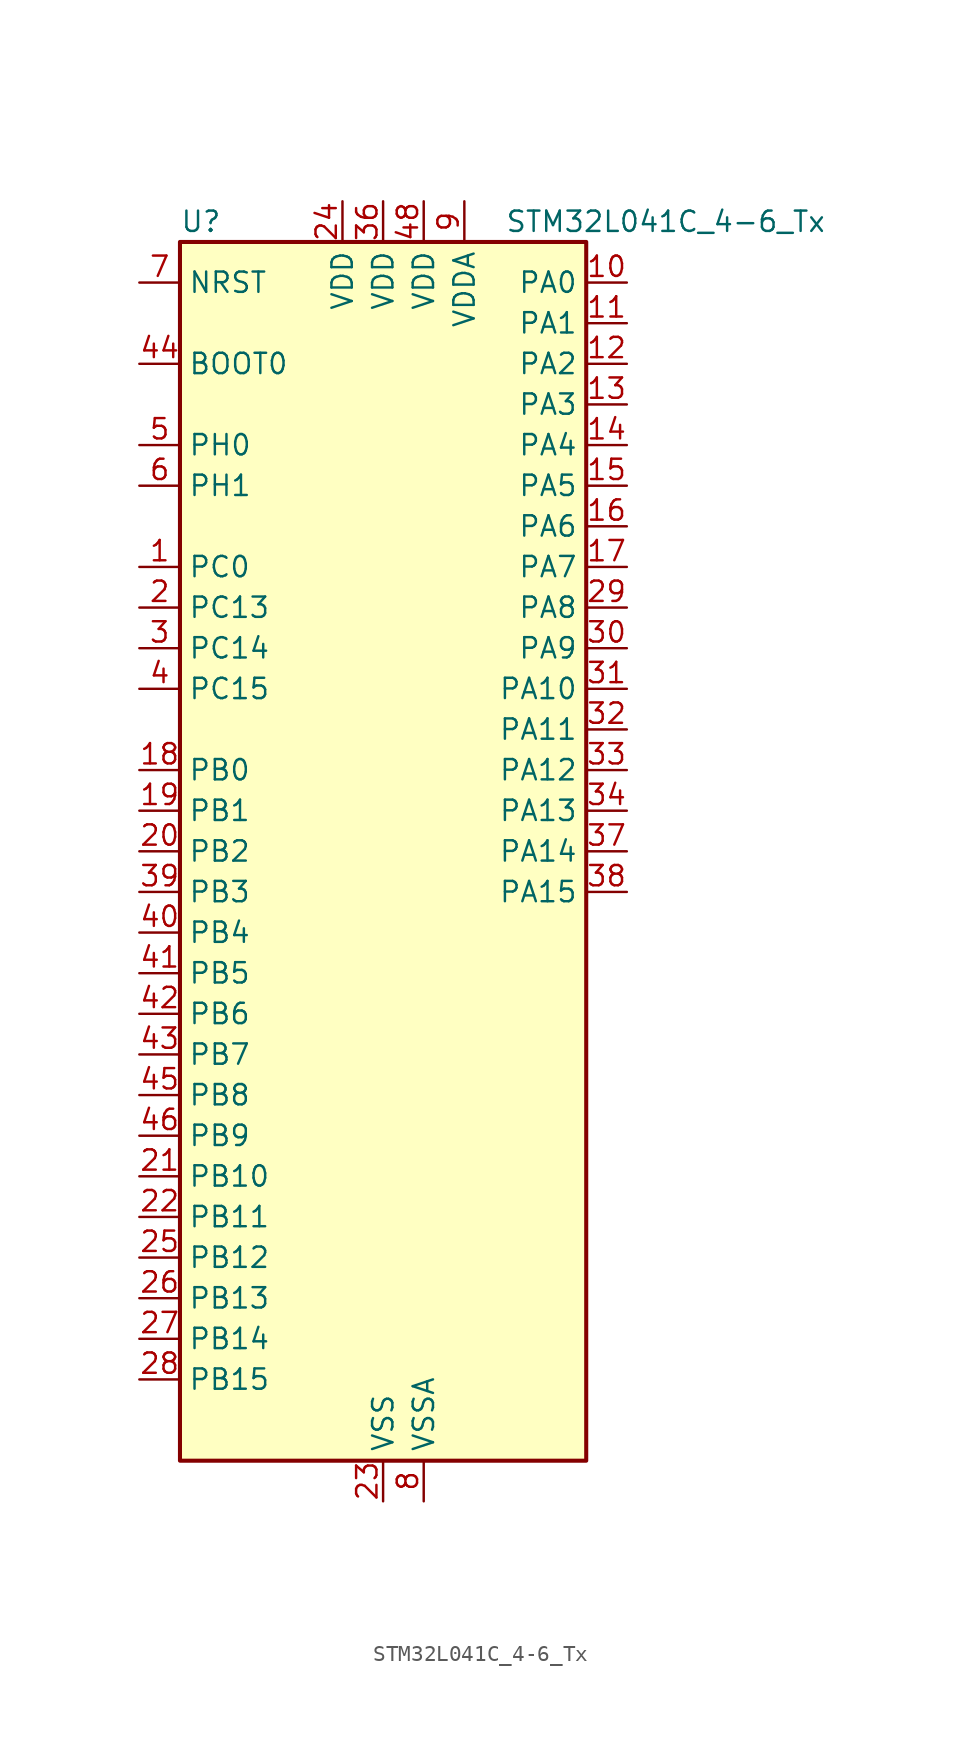
<source format=kicad_sym>
(kicad_symbol_lib
  (version 20231120)
  (generator "kicad_symbol_editor")
  (generator_version "8.0")
  (symbol "STM32L041C_4-6_Tx"
    (property "Reference" "U"
      (at -12.7 39.37 0)
      (effects (font (size 1.27 1.27)) (justify left)))
    (property "Value" "STM32L041C_4-6_Tx"
      (at 7.62 39.37 0)
      (effects (font (size 1.27 1.27)) (justify left)))
    (property "ki_locked" ""
      (at 0 0 0)
      (effects (font (size 1.27 1.27))))
    (symbol "STM32L041C_4-6_Tx_0_1"
      (rectangle (start -12.7 -38.1) (end 12.7 38.1) (stroke (width 0.254) (type default)) (fill (type background))))
    (symbol "STM32L041C_4-6_Tx_1_1"
      (pin bidirectional line (at -15.24 17.78 0) (length 2.54) (name "PC0" (effects (font (size 1.27 1.27)))) (number "1" (effects (font (size 1.27 1.27)))) (alternate "LPTIM1_IN1" bidirectional line) (alternate "LPUART1_RX" bidirectional line))
      (pin bidirectional line (at 15.24 35.56 180) (length 2.54) (name "PA0" (effects (font (size 1.27 1.27)))) (number "10" (effects (font (size 1.27 1.27)))) (alternate "ADC_IN0" bidirectional line) (alternate "COMP1_INM" bidirectional line) (alternate "COMP1_OUT" bidirectional line) (alternate "LPTIM1_IN1" bidirectional line) (alternate "RTC_TAMP2" bidirectional line) (alternate "SYS_WKUP1" bidirectional line) (alternate "TIM2_CH1" bidirectional line) (alternate "TIM2_ETR" bidirectional line) (alternate "USART2_CTS" bidirectional line))
      (pin bidirectional line (at 15.24 33.02 180) (length 2.54) (name "PA1" (effects (font (size 1.27 1.27)))) (number "11" (effects (font (size 1.27 1.27)))) (alternate "ADC_IN1" bidirectional line) (alternate "COMP1_INP" bidirectional line) (alternate "I2C1_SMBA" bidirectional line) (alternate "LPTIM1_IN2" bidirectional line) (alternate "TIM21_ETR" bidirectional line) (alternate "TIM2_CH2" bidirectional line) (alternate "USART2_DE" bidirectional line) (alternate "USART2_RTS" bidirectional line))
      (pin bidirectional line (at 15.24 30.48 180) (length 2.54) (name "PA2" (effects (font (size 1.27 1.27)))) (number "12" (effects (font (size 1.27 1.27)))) (alternate "ADC_IN2" bidirectional line) (alternate "COMP2_INM" bidirectional line) (alternate "COMP2_OUT" bidirectional line) (alternate "LPUART1_TX" bidirectional line) (alternate "RTC_OUT_ALARM" bidirectional line) (alternate "RTC_OUT_CALIB" bidirectional line) (alternate "RTC_TAMP3" bidirectional line) (alternate "RTC_TS" bidirectional line) (alternate "SYS_WKUP3" bidirectional line) (alternate "TIM21_CH1" bidirectional line) (alternate "TIM2_CH3" bidirectional line) (alternate "USART2_TX" bidirectional line))
      (pin bidirectional line (at 15.24 27.94 180) (length 2.54) (name "PA3" (effects (font (size 1.27 1.27)))) (number "13" (effects (font (size 1.27 1.27)))) (alternate "ADC_IN3" bidirectional line) (alternate "COMP2_INP" bidirectional line) (alternate "LPUART1_RX" bidirectional line) (alternate "TIM21_CH2" bidirectional line) (alternate "TIM2_CH4" bidirectional line) (alternate "USART2_RX" bidirectional line))
      (pin bidirectional line (at 15.24 25.4 180) (length 2.54) (name "PA4" (effects (font (size 1.27 1.27)))) (number "14" (effects (font (size 1.27 1.27)))) (alternate "ADC_IN4" bidirectional line) (alternate "COMP1_INM" bidirectional line) (alternate "COMP2_INM" bidirectional line) (alternate "LPTIM1_IN1" bidirectional line) (alternate "SPI1_NSS" bidirectional line) (alternate "TIM22_ETR" bidirectional line) (alternate "USART2_CK" bidirectional line))
      (pin bidirectional line (at 15.24 22.86 180) (length 2.54) (name "PA5" (effects (font (size 1.27 1.27)))) (number "15" (effects (font (size 1.27 1.27)))) (alternate "ADC_IN5" bidirectional line) (alternate "COMP1_INM" bidirectional line) (alternate "COMP2_INM" bidirectional line) (alternate "LPTIM1_IN2" bidirectional line) (alternate "SPI1_SCK" bidirectional line) (alternate "TIM2_CH1" bidirectional line) (alternate "TIM2_ETR" bidirectional line))
      (pin bidirectional line (at 15.24 20.32 180) (length 2.54) (name "PA6" (effects (font (size 1.27 1.27)))) (number "16" (effects (font (size 1.27 1.27)))) (alternate "ADC_IN6" bidirectional line) (alternate "COMP1_OUT" bidirectional line) (alternate "LPTIM1_ETR" bidirectional line) (alternate "LPUART1_CTS" bidirectional line) (alternate "SPI1_MISO" bidirectional line) (alternate "TIM22_CH1" bidirectional line))
      (pin bidirectional line (at 15.24 17.78 180) (length 2.54) (name "PA7" (effects (font (size 1.27 1.27)))) (number "17" (effects (font (size 1.27 1.27)))) (alternate "ADC_IN7" bidirectional line) (alternate "COMP2_OUT" bidirectional line) (alternate "LPTIM1_OUT" bidirectional line) (alternate "SPI1_MOSI" bidirectional line) (alternate "TIM22_CH2" bidirectional line) (alternate "USART2_CTS" bidirectional line))
      (pin bidirectional line (at -15.24 5.08 0) (length 2.54) (name "PB0" (effects (font (size 1.27 1.27)))) (number "18" (effects (font (size 1.27 1.27)))) (alternate "ADC_IN8" bidirectional line) (alternate "SPI1_MISO" bidirectional line) (alternate "SYS_VREF_OUT_PB0" bidirectional line) (alternate "TIM2_CH3" bidirectional line) (alternate "USART2_DE" bidirectional line) (alternate "USART2_RTS" bidirectional line))
      (pin bidirectional line (at -15.24 2.54 0) (length 2.54) (name "PB1" (effects (font (size 1.27 1.27)))) (number "19" (effects (font (size 1.27 1.27)))) (alternate "ADC_IN9" bidirectional line) (alternate "LPUART1_DE" bidirectional line) (alternate "LPUART1_RTS" bidirectional line) (alternate "SPI1_MOSI" bidirectional line) (alternate "SYS_VREF_OUT_PB1" bidirectional line) (alternate "TIM2_CH4" bidirectional line) (alternate "USART2_CK" bidirectional line))
      (pin bidirectional line (at -15.24 15.24 0) (length 2.54) (name "PC13" (effects (font (size 1.27 1.27)))) (number "2" (effects (font (size 1.27 1.27)))) (alternate "RTC_TAMP1" bidirectional line) (alternate "SYS_WKUP2" bidirectional line))
      (pin bidirectional line (at -15.24 0 0) (length 2.54) (name "PB2" (effects (font (size 1.27 1.27)))) (number "20" (effects (font (size 1.27 1.27)))) (alternate "LPTIM1_OUT" bidirectional line))
      (pin bidirectional line (at -15.24 -20.32 0) (length 2.54) (name "PB10" (effects (font (size 1.27 1.27)))) (number "21" (effects (font (size 1.27 1.27)))) (alternate "LPUART1_TX" bidirectional line) (alternate "TIM2_CH3" bidirectional line))
      (pin bidirectional line (at -15.24 -22.86 0) (length 2.54) (name "PB11" (effects (font (size 1.27 1.27)))) (number "22" (effects (font (size 1.27 1.27)))) (alternate "ADC_EXTI11" bidirectional line) (alternate "LPUART1_RX" bidirectional line) (alternate "TIM2_CH4" bidirectional line))
      (pin power_in line (at 0 -40.64 90) (length 2.54) (name "VSS" (effects (font (size 1.27 1.27)))) (number "23" (effects (font (size 1.27 1.27)))))
      (pin power_in line (at -2.54 40.64 270) (length 2.54) (name "VDD" (effects (font (size 1.27 1.27)))) (number "24" (effects (font (size 1.27 1.27)))))
      (pin bidirectional line (at -15.24 -25.4 0) (length 2.54) (name "PB12" (effects (font (size 1.27 1.27)))) (number "25" (effects (font (size 1.27 1.27)))) (alternate "SPI1_NSS" bidirectional line))
      (pin bidirectional line (at -15.24 -27.94 0) (length 2.54) (name "PB13" (effects (font (size 1.27 1.27)))) (number "26" (effects (font (size 1.27 1.27)))) (alternate "LPUART1_CTS" bidirectional line) (alternate "RCC_MCO" bidirectional line) (alternate "SPI1_SCK" bidirectional line) (alternate "TIM21_CH1" bidirectional line))
      (pin bidirectional line (at -15.24 -30.48 0) (length 2.54) (name "PB14" (effects (font (size 1.27 1.27)))) (number "27" (effects (font (size 1.27 1.27)))) (alternate "LPUART1_DE" bidirectional line) (alternate "LPUART1_RTS" bidirectional line) (alternate "RTC_OUT_ALARM" bidirectional line) (alternate "RTC_OUT_CALIB" bidirectional line) (alternate "SPI1_MISO" bidirectional line) (alternate "TIM21_CH2" bidirectional line))
      (pin bidirectional line (at -15.24 -33.02 0) (length 2.54) (name "PB15" (effects (font (size 1.27 1.27)))) (number "28" (effects (font (size 1.27 1.27)))) (alternate "RTC_REFIN" bidirectional line) (alternate "SPI1_MOSI" bidirectional line))
      (pin bidirectional line (at 15.24 15.24 180) (length 2.54) (name "PA8" (effects (font (size 1.27 1.27)))) (number "29" (effects (font (size 1.27 1.27)))) (alternate "LPTIM1_IN1" bidirectional line) (alternate "RCC_MCO" bidirectional line) (alternate "TIM2_CH1" bidirectional line) (alternate "USART2_CK" bidirectional line))
      (pin bidirectional line (at -15.24 12.7 0) (length 2.54) (name "PC14" (effects (font (size 1.27 1.27)))) (number "3" (effects (font (size 1.27 1.27)))) (alternate "RCC_OSC32_IN" bidirectional line))
      (pin bidirectional line (at 15.24 12.7 180) (length 2.54) (name "PA9" (effects (font (size 1.27 1.27)))) (number "30" (effects (font (size 1.27 1.27)))) (alternate "I2C1_SCL" bidirectional line) (alternate "RCC_MCO" bidirectional line) (alternate "TIM22_CH1" bidirectional line) (alternate "USART2_TX" bidirectional line))
      (pin bidirectional line (at 15.24 10.16 180) (length 2.54) (name "PA10" (effects (font (size 1.27 1.27)))) (number "31" (effects (font (size 1.27 1.27)))) (alternate "I2C1_SDA" bidirectional line) (alternate "TIM22_CH2" bidirectional line) (alternate "USART2_RX" bidirectional line))
      (pin bidirectional line (at 15.24 7.62 180) (length 2.54) (name "PA11" (effects (font (size 1.27 1.27)))) (number "32" (effects (font (size 1.27 1.27)))) (alternate "ADC_EXTI11" bidirectional line) (alternate "COMP1_OUT" bidirectional line) (alternate "SPI1_MISO" bidirectional line) (alternate "TIM21_CH2" bidirectional line) (alternate "USART2_CTS" bidirectional line))
      (pin bidirectional line (at 15.24 5.08 180) (length 2.54) (name "PA12" (effects (font (size 1.27 1.27)))) (number "33" (effects (font (size 1.27 1.27)))) (alternate "COMP2_OUT" bidirectional line) (alternate "SPI1_MOSI" bidirectional line) (alternate "USART2_DE" bidirectional line) (alternate "USART2_RTS" bidirectional line))
      (pin bidirectional line (at 15.24 2.54 180) (length 2.54) (name "PA13" (effects (font (size 1.27 1.27)))) (number "34" (effects (font (size 1.27 1.27)))) (alternate "LPTIM1_ETR" bidirectional line) (alternate "LPUART1_RX" bidirectional line) (alternate "SYS_SWDIO" bidirectional line))
      (pin passive line (at 0 -40.64 90) (length 2.54) hide (name "VSS" (effects (font (size 1.27 1.27)))) (number "35" (effects (font (size 1.27 1.27)))))
      (pin power_in line (at 0 40.64 270) (length 2.54) (name "VDD" (effects (font (size 1.27 1.27)))) (number "36" (effects (font (size 1.27 1.27)))))
      (pin bidirectional line (at 15.24 0 180) (length 2.54) (name "PA14" (effects (font (size 1.27 1.27)))) (number "37" (effects (font (size 1.27 1.27)))) (alternate "I2C1_SMBA" bidirectional line) (alternate "LPTIM1_OUT" bidirectional line) (alternate "LPUART1_TX" bidirectional line) (alternate "SYS_SWCLK" bidirectional line) (alternate "USART2_TX" bidirectional line))
      (pin bidirectional line (at 15.24 -2.54 180) (length 2.54) (name "PA15" (effects (font (size 1.27 1.27)))) (number "38" (effects (font (size 1.27 1.27)))) (alternate "SPI1_NSS" bidirectional line) (alternate "TIM2_CH1" bidirectional line) (alternate "TIM2_ETR" bidirectional line) (alternate "USART2_RX" bidirectional line))
      (pin bidirectional line (at -15.24 -2.54 0) (length 2.54) (name "PB3" (effects (font (size 1.27 1.27)))) (number "39" (effects (font (size 1.27 1.27)))) (alternate "COMP2_INM" bidirectional line) (alternate "SPI1_SCK" bidirectional line) (alternate "TIM2_CH2" bidirectional line))
      (pin bidirectional line (at -15.24 10.16 0) (length 2.54) (name "PC15" (effects (font (size 1.27 1.27)))) (number "4" (effects (font (size 1.27 1.27)))) (alternate "RCC_OSC32_OUT" bidirectional line))
      (pin bidirectional line (at -15.24 -5.08 0) (length 2.54) (name "PB4" (effects (font (size 1.27 1.27)))) (number "40" (effects (font (size 1.27 1.27)))) (alternate "COMP2_INP" bidirectional line) (alternate "SPI1_MISO" bidirectional line) (alternate "TIM22_CH1" bidirectional line))
      (pin bidirectional line (at -15.24 -7.62 0) (length 2.54) (name "PB5" (effects (font (size 1.27 1.27)))) (number "41" (effects (font (size 1.27 1.27)))) (alternate "COMP2_INP" bidirectional line) (alternate "I2C1_SMBA" bidirectional line) (alternate "LPTIM1_IN1" bidirectional line) (alternate "SPI1_MOSI" bidirectional line) (alternate "TIM22_CH2" bidirectional line))
      (pin bidirectional line (at -15.24 -10.16 0) (length 2.54) (name "PB6" (effects (font (size 1.27 1.27)))) (number "42" (effects (font (size 1.27 1.27)))) (alternate "COMP2_INP" bidirectional line) (alternate "I2C1_SCL" bidirectional line) (alternate "LPTIM1_ETR" bidirectional line) (alternate "TIM21_CH1" bidirectional line) (alternate "USART2_TX" bidirectional line))
      (pin bidirectional line (at -15.24 -12.7 0) (length 2.54) (name "PB7" (effects (font (size 1.27 1.27)))) (number "43" (effects (font (size 1.27 1.27)))) (alternate "COMP2_INP" bidirectional line) (alternate "I2C1_SDA" bidirectional line) (alternate "LPTIM1_IN2" bidirectional line) (alternate "SYS_PVD_IN" bidirectional line) (alternate "USART2_RX" bidirectional line))
      (pin input line (at -15.24 30.48 0) (length 2.54) (name "BOOT0" (effects (font (size 1.27 1.27)))) (number "44" (effects (font (size 1.27 1.27)))))
      (pin bidirectional line (at -15.24 -15.24 0) (length 2.54) (name "PB8" (effects (font (size 1.27 1.27)))) (number "45" (effects (font (size 1.27 1.27)))) (alternate "I2C1_SCL" bidirectional line))
      (pin bidirectional line (at -15.24 -17.78 0) (length 2.54) (name "PB9" (effects (font (size 1.27 1.27)))) (number "46" (effects (font (size 1.27 1.27)))) (alternate "I2C1_SDA" bidirectional line))
      (pin passive line (at 0 -40.64 90) (length 2.54) hide (name "VSS" (effects (font (size 1.27 1.27)))) (number "47" (effects (font (size 1.27 1.27)))))
      (pin power_in line (at 2.54 40.64 270) (length 2.54) (name "VDD" (effects (font (size 1.27 1.27)))) (number "48" (effects (font (size 1.27 1.27)))))
      (pin bidirectional line (at -15.24 25.4 0) (length 2.54) (name "PH0" (effects (font (size 1.27 1.27)))) (number "5" (effects (font (size 1.27 1.27)))) (alternate "RCC_OSC_IN" bidirectional line))
      (pin bidirectional line (at -15.24 22.86 0) (length 2.54) (name "PH1" (effects (font (size 1.27 1.27)))) (number "6" (effects (font (size 1.27 1.27)))) (alternate "RCC_OSC_OUT" bidirectional line))
      (pin input line (at -15.24 35.56 0) (length 2.54) (name "NRST" (effects (font (size 1.27 1.27)))) (number "7" (effects (font (size 1.27 1.27)))))
      (pin power_in line (at 2.54 -40.64 90) (length 2.54) (name "VSSA" (effects (font (size 1.27 1.27)))) (number "8" (effects (font (size 1.27 1.27)))))
      (pin power_in line (at 5.08 40.64 270) (length 2.54) (name "VDDA" (effects (font (size 1.27 1.27)))) (number "9" (effects (font (size 1.27 1.27))))))))
</source>
